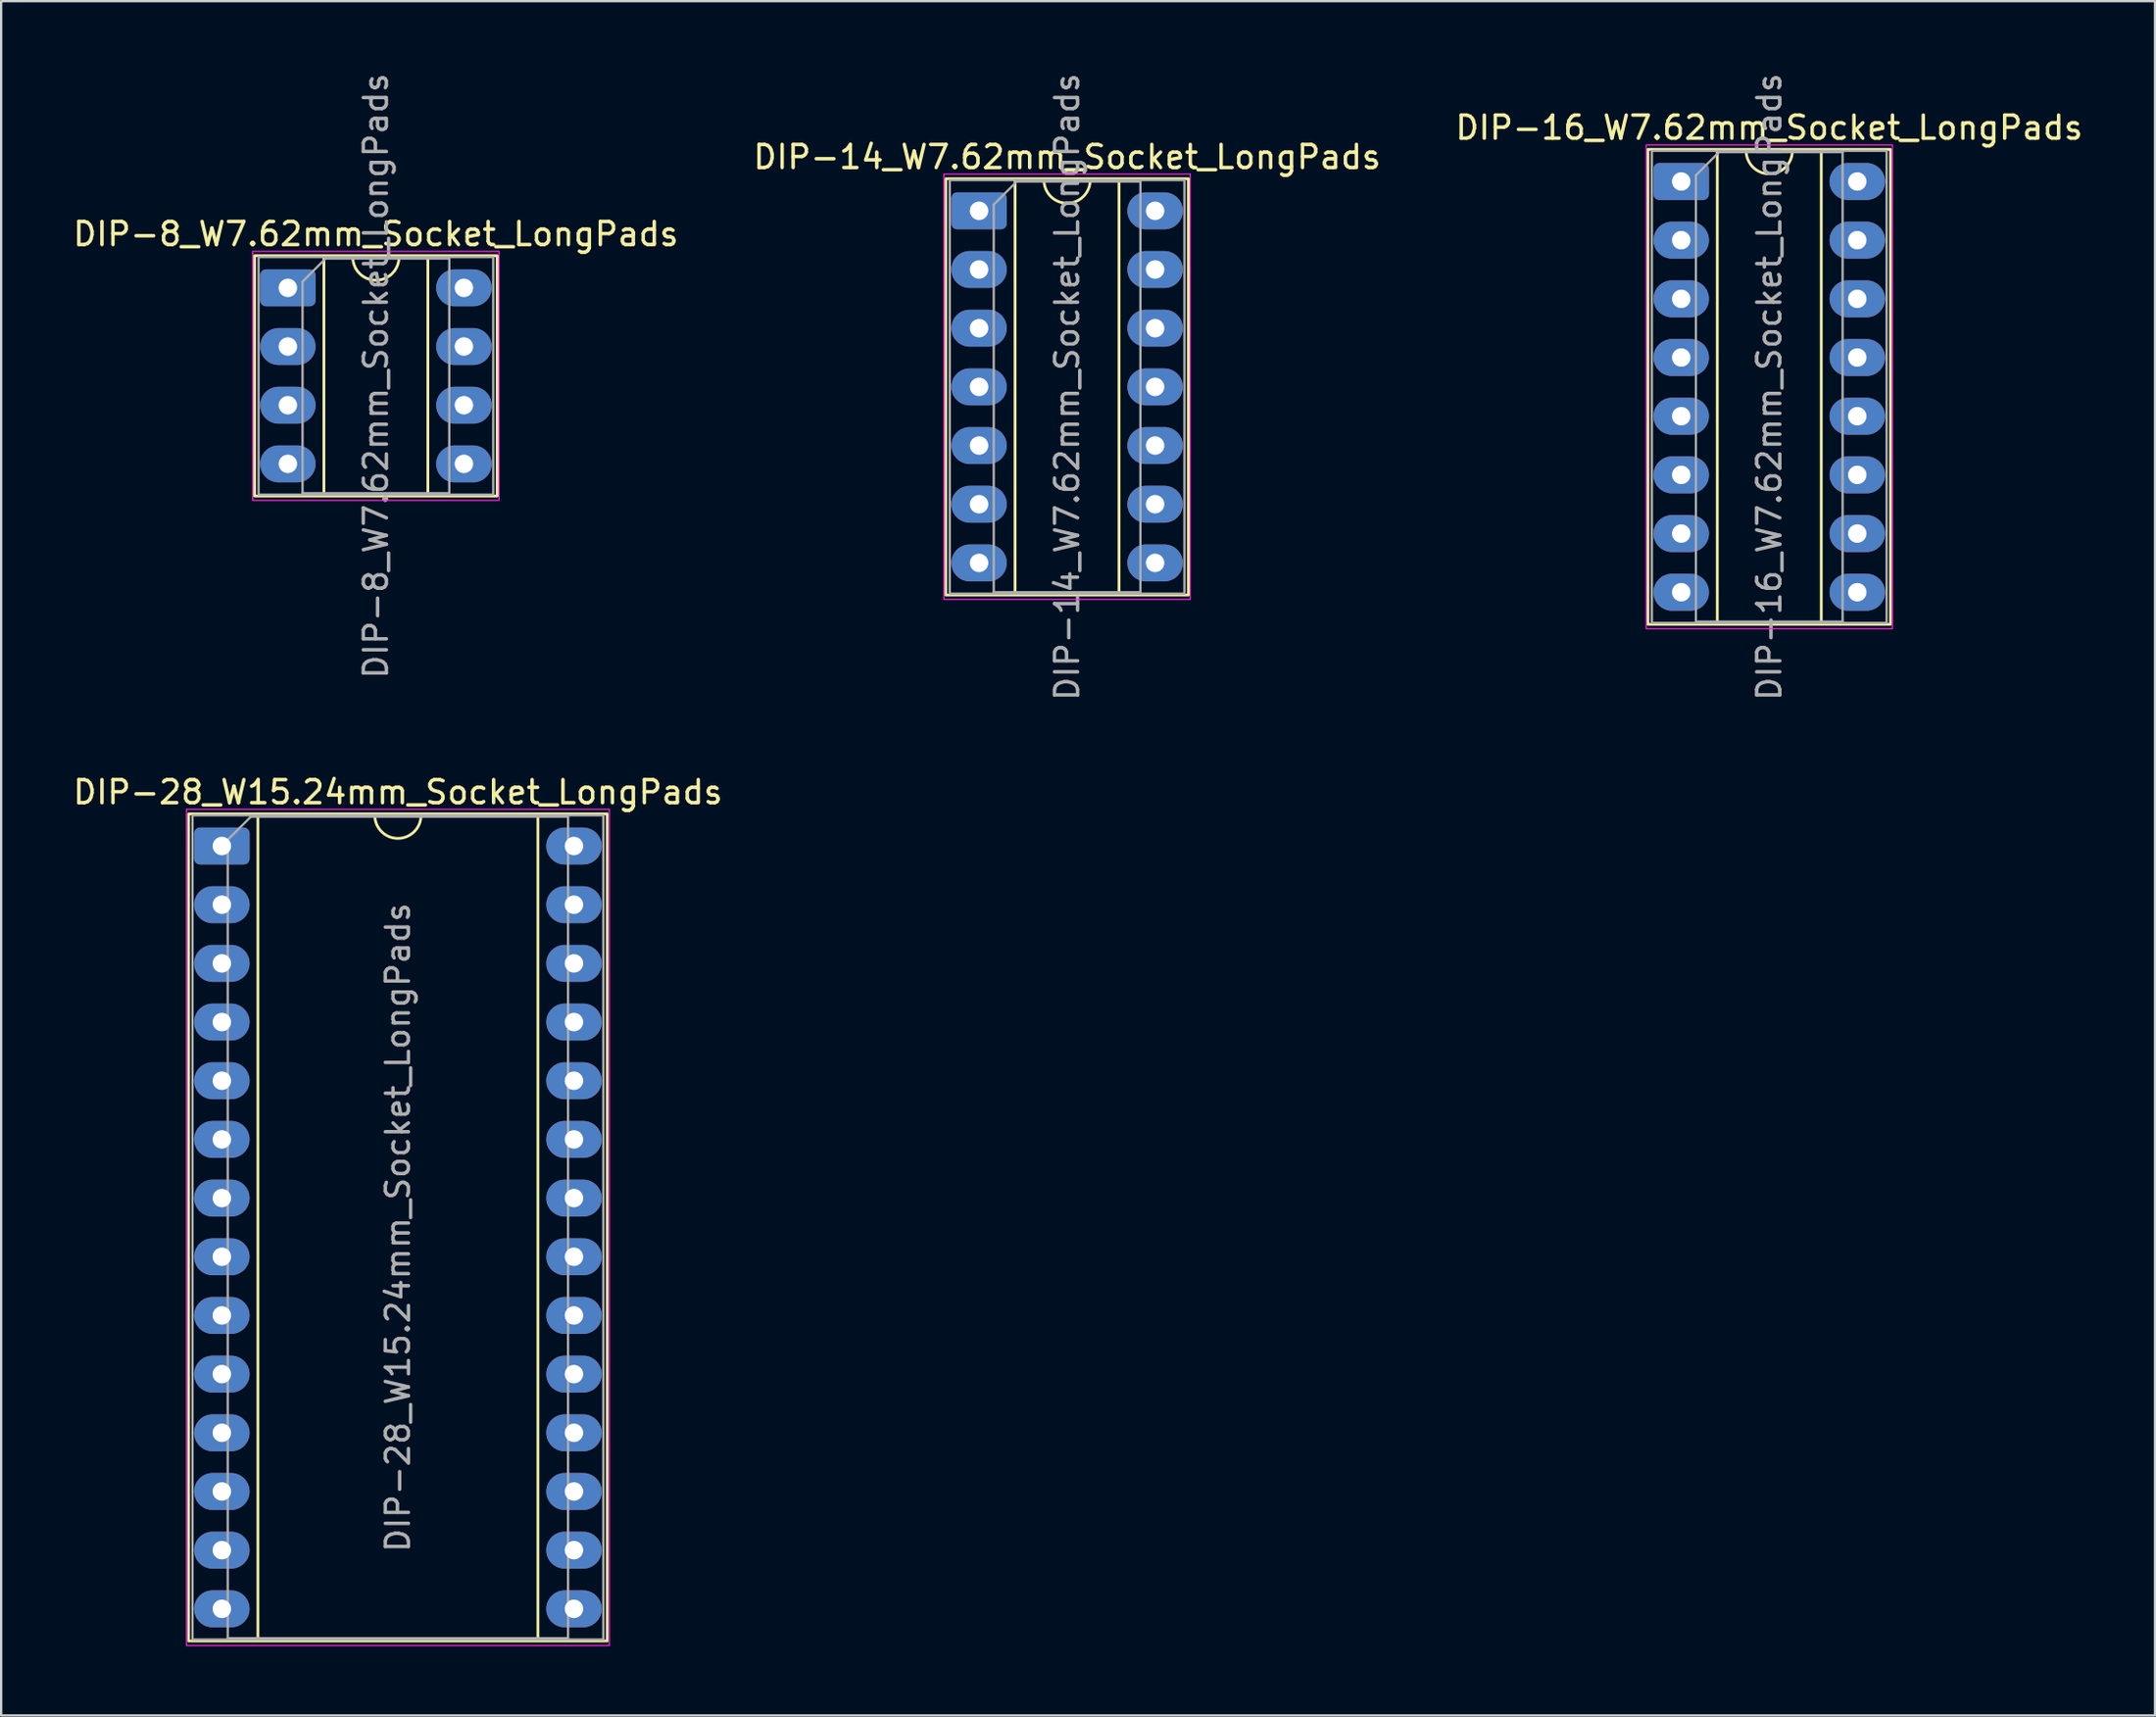
<source format=kicad_pcb>
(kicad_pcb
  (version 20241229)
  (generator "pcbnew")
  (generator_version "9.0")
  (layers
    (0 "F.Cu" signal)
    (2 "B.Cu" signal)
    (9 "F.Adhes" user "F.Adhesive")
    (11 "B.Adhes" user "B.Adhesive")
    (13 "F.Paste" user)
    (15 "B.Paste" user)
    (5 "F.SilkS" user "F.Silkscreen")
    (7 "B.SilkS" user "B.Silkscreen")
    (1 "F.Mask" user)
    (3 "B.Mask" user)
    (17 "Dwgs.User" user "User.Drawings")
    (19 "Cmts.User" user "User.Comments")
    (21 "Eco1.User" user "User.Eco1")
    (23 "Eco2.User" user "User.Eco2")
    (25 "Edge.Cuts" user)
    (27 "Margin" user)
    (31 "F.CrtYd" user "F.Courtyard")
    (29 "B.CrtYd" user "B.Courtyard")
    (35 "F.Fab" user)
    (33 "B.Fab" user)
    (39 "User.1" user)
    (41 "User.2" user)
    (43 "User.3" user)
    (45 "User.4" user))
  (footprint "DIP-14_W7.62mm_Socket_LongPads"
    (layer "F.Cu")
    (at 39.327 6.076)
    (property "Reference" "DIP-14_W7.62mm_Socket_LongPads" (at 3.81 -2.33 0) (layer "F.SilkS") (effects (font (size 1 1) (thickness 0.15))))
    (attr through_hole)
    (fp_line (start 1.56 -1.33) (end 1.56 16.57) (stroke (width 0.12) (type solid)) (layer "F.SilkS"))
    (fp_line (start 1.56 16.57) (end 6.06 16.57) (stroke (width 0.12) (type solid)) (layer "F.SilkS"))
    (fp_line (start 2.81 -1.33) (end 1.56 -1.33) (stroke (width 0.12) (type solid)) (layer "F.SilkS"))
    (fp_line (start 6.06 -1.33) (end 4.81 -1.33) (stroke (width 0.12) (type solid)) (layer "F.SilkS"))
    (fp_line (start 6.06 16.57) (end 6.06 -1.33) (stroke (width 0.12) (type solid)) (layer "F.SilkS"))
    (fp_rect (start -1.44 -1.39) (end 9.06 16.63) (stroke (width 0.12) (type solid)) (fill no) (layer "F.SilkS"))
    (fp_arc (start 4.81 -1.33) (mid 3.81 -0.33) (end 2.81 -1.33) (stroke (width 0.12) (type solid)) (layer "F.SilkS"))
    (fp_rect (start -1.52 -1.59) (end 9.14 16.82) (stroke (width 0.05) (type solid)) (fill no) (layer "F.CrtYd"))
    (fp_line (start 0.635 -0.27) (end 1.635 -1.27) (stroke (width 0.1) (type solid)) (layer "F.Fab"))
    (fp_line (start 0.635 16.51) (end 0.635 -0.27) (stroke (width 0.1) (type solid)) (layer "F.Fab"))
    (fp_line (start 1.635 -1.27) (end 6.985 -1.27) (stroke (width 0.1) (type solid)) (layer "F.Fab"))
    (fp_line (start 6.985 -1.27) (end 6.985 16.51) (stroke (width 0.1) (type solid)) (layer "F.Fab"))
    (fp_line (start 6.985 16.51) (end 0.635 16.51) (stroke (width 0.1) (type solid)) (layer "F.Fab"))
    (fp_rect (start -1.27 -1.33) (end 8.89 16.57) (stroke (width 0.1) (type solid)) (fill no) (layer "F.Fab"))
    (fp_text user "${REFERENCE}" (at 3.81 7.62 90) (layer "F.Fab") (effects (font (size 1 1) (thickness 0.15))))
    (pad "1" thru_hole roundrect (at 0 0) (size 2.4 1.6) (drill 0.8) (layers "*.Cu" "*.Mask") (roundrect_rratio 0.156))
    (pad "2" thru_hole oval (at 0 2.54) (size 2.4 1.6) (drill 0.8) (layers "*.Cu" "*.Mask"))
    (pad "3" thru_hole oval (at 0 5.08) (size 2.4 1.6) (drill 0.8) (layers "*.Cu" "*.Mask"))
    (pad "4" thru_hole oval (at 0 7.62) (size 2.4 1.6) (drill 0.8) (layers "*.Cu" "*.Mask"))
    (pad "5" thru_hole oval (at 0 10.16) (size 2.4 1.6) (drill 0.8) (layers "*.Cu" "*.Mask"))
    (pad "6" thru_hole oval (at 0 12.7) (size 2.4 1.6) (drill 0.8) (layers "*.Cu" "*.Mask"))
    (pad "7" thru_hole oval (at 0 15.24) (size 2.4 1.6) (drill 0.8) (layers "*.Cu" "*.Mask"))
    (pad "8" thru_hole oval (at 7.62 15.24) (size 2.4 1.6) (drill 0.8) (layers "*.Cu" "*.Mask"))
    (pad "9" thru_hole oval (at 7.62 12.7) (size 2.4 1.6) (drill 0.8) (layers "*.Cu" "*.Mask"))
    (pad "10" thru_hole oval (at 7.62 10.16) (size 2.4 1.6) (drill 0.8) (layers "*.Cu" "*.Mask"))
    (pad "11" thru_hole oval (at 7.62 7.62) (size 2.4 1.6) (drill 0.8) (layers "*.Cu" "*.Mask"))
    (pad "12" thru_hole oval (at 7.62 5.08) (size 2.4 1.6) (drill 0.8) (layers "*.Cu" "*.Mask"))
    (pad "13" thru_hole oval (at 7.62 2.54) (size 2.4 1.6) (drill 0.8) (layers "*.Cu" "*.Mask"))
    (pad "14" thru_hole oval (at 7.62 0) (size 2.4 1.6) (drill 0.8) (layers "*.Cu" "*.Mask")))
  (footprint "DIP-16_W7.62mm_Socket_LongPads"
    (layer "F.Cu")
    (at 69.72 4.806)
    (property "Reference" "DIP-16_W7.62mm_Socket_LongPads" (at 3.81 -2.33 180) (layer "F.SilkS") (effects (font (size 1 1) (thickness 0.15))))
    (attr through_hole)
    (fp_line (start 1.56 -1.33) (end 1.56 19.11) (stroke (width 0.12) (type solid)) (layer "F.SilkS"))
    (fp_line (start 1.56 19.11) (end 6.06 19.11) (stroke (width 0.12) (type solid)) (layer "F.SilkS"))
    (fp_line (start 2.81 -1.33) (end 1.56 -1.33) (stroke (width 0.12) (type solid)) (layer "F.SilkS"))
    (fp_line (start 6.06 -1.33) (end 4.81 -1.33) (stroke (width 0.12) (type solid)) (layer "F.SilkS"))
    (fp_line (start 6.06 19.11) (end 6.06 -1.33) (stroke (width 0.12) (type solid)) (layer "F.SilkS"))
    (fp_rect (start -1.44 -1.39) (end 9.06 19.17) (stroke (width 0.12) (type solid)) (fill no) (layer "F.SilkS"))
    (fp_arc (start 4.81 -1.33) (mid 3.81 -0.33) (end 2.81 -1.33) (stroke (width 0.12) (type solid)) (layer "F.SilkS"))
    (fp_rect (start -1.52 -1.58) (end 9.14 19.36) (stroke (width 0.05) (type solid)) (fill no) (layer "F.CrtYd"))
    (fp_line (start 0.635 -0.27) (end 1.635 -1.27) (stroke (width 0.1) (type solid)) (layer "F.Fab"))
    (fp_line (start 0.635 19.05) (end 0.635 -0.27) (stroke (width 0.1) (type solid)) (layer "F.Fab"))
    (fp_line (start 1.635 -1.27) (end 6.985 -1.27) (stroke (width 0.1) (type solid)) (layer "F.Fab"))
    (fp_line (start 6.985 -1.27) (end 6.985 19.05) (stroke (width 0.1) (type solid)) (layer "F.Fab"))
    (fp_line (start 6.985 19.05) (end 0.635 19.05) (stroke (width 0.1) (type solid)) (layer "F.Fab"))
    (fp_rect (start -1.27 -1.33) (end 8.89 19.11) (stroke (width 0.1) (type solid)) (fill no) (layer "F.Fab"))
    (fp_text user "${REFERENCE}" (at 3.81 8.89 90) (layer "F.Fab") (effects (font (size 1 1) (thickness 0.15))))
    (pad "1" thru_hole roundrect (at 0 0) (size 2.4 1.6) (drill 0.8) (layers "*.Cu" "*.Mask") (roundrect_rratio 0.156))
    (pad "2" thru_hole oval (at 0 2.54) (size 2.4 1.6) (drill 0.8) (layers "*.Cu" "*.Mask"))
    (pad "3" thru_hole oval (at 0 5.08) (size 2.4 1.6) (drill 0.8) (layers "*.Cu" "*.Mask"))
    (pad "4" thru_hole oval (at 0 7.62) (size 2.4 1.6) (drill 0.8) (layers "*.Cu" "*.Mask"))
    (pad "5" thru_hole oval (at 0 10.16) (size 2.4 1.6) (drill 0.8) (layers "*.Cu" "*.Mask"))
    (pad "6" thru_hole oval (at 0 12.7) (size 2.4 1.6) (drill 0.8) (layers "*.Cu" "*.Mask"))
    (pad "7" thru_hole oval (at 0 15.24) (size 2.4 1.6) (drill 0.8) (layers "*.Cu" "*.Mask"))
    (pad "8" thru_hole oval (at 0 17.78) (size 2.4 1.6) (drill 0.8) (layers "*.Cu" "*.Mask"))
    (pad "9" thru_hole oval (at 7.62 17.78) (size 2.4 1.6) (drill 0.8) (layers "*.Cu" "*.Mask"))
    (pad "10" thru_hole oval (at 7.62 15.24) (size 2.4 1.6) (drill 0.8) (layers "*.Cu" "*.Mask"))
    (pad "11" thru_hole oval (at 7.62 12.7) (size 2.4 1.6) (drill 0.8) (layers "*.Cu" "*.Mask"))
    (pad "12" thru_hole oval (at 7.62 10.16) (size 2.4 1.6) (drill 0.8) (layers "*.Cu" "*.Mask"))
    (pad "13" thru_hole oval (at 7.62 7.62) (size 2.4 1.6) (drill 0.8) (layers "*.Cu" "*.Mask"))
    (pad "14" thru_hole oval (at 7.62 5.08) (size 2.4 1.6) (drill 0.8) (layers "*.Cu" "*.Mask"))
    (pad "15" thru_hole oval (at 7.62 2.54) (size 2.4 1.6) (drill 0.8) (layers "*.Cu" "*.Mask"))
    (pad "16" thru_hole oval (at 7.62 0) (size 2.4 1.6) (drill 0.8) (layers "*.Cu" "*.Mask")))
  (footprint "DIP-28_W15.24mm_Socket_LongPads"
    (layer "F.Cu")
    (at 6.553 33.571)
    (property "Reference" "DIP-28_W15.24mm_Socket_LongPads" (at 7.62 -2.33 0) (layer "F.SilkS") (effects (font (size 1 1) (thickness 0.15))))
    (attr through_hole)
    (fp_line (start 1.56 -1.33) (end 1.56 34.35) (stroke (width 0.12) (type solid)) (layer "F.SilkS"))
    (fp_line (start 1.56 34.35) (end 13.68 34.35) (stroke (width 0.12) (type solid)) (layer "F.SilkS"))
    (fp_line (start 6.62 -1.33) (end 1.56 -1.33) (stroke (width 0.12) (type solid)) (layer "F.SilkS"))
    (fp_line (start 13.68 -1.33) (end 8.62 -1.33) (stroke (width 0.12) (type solid)) (layer "F.SilkS"))
    (fp_line (start 13.68 34.35) (end 13.68 -1.33) (stroke (width 0.12) (type solid)) (layer "F.SilkS"))
    (fp_rect (start -1.44 -1.39) (end 16.68 34.41) (stroke (width 0.12) (type solid)) (fill no) (layer "F.SilkS"))
    (fp_arc (start 8.62 -1.33) (mid 7.62 -0.33) (end 6.62 -1.33) (stroke (width 0.12) (type solid)) (layer "F.SilkS"))
    (fp_rect (start -1.53 -1.59) (end 16.77 34.61) (stroke (width 0.05) (type solid)) (fill no) (layer "F.CrtYd"))
    (fp_line (start 0.255 -0.27) (end 1.255 -1.27) (stroke (width 0.1) (type solid)) (layer "F.Fab"))
    (fp_line (start 0.255 34.29) (end 0.255 -0.27) (stroke (width 0.1) (type solid)) (layer "F.Fab"))
    (fp_line (start 1.255 -1.27) (end 14.985 -1.27) (stroke (width 0.1) (type solid)) (layer "F.Fab"))
    (fp_line (start 14.985 -1.27) (end 14.985 34.29) (stroke (width 0.1) (type solid)) (layer "F.Fab"))
    (fp_line (start 14.985 34.29) (end 0.255 34.29) (stroke (width 0.1) (type solid)) (layer "F.Fab"))
    (fp_rect (start -1.27 -1.33) (end 16.51 34.35) (stroke (width 0.1) (type solid)) (fill no) (layer "F.Fab"))
    (fp_text user "${REFERENCE}" (at 7.62 16.51 90) (layer "F.Fab") (effects (font (size 1 1) (thickness 0.15))))
    (pad "1" thru_hole roundrect (at 0 0) (size 2.4 1.6) (drill 0.8) (layers "*.Cu" "*.Mask") (roundrect_rratio 0.156))
    (pad "2" thru_hole oval (at 0 2.54) (size 2.4 1.6) (drill 0.8) (layers "*.Cu" "*.Mask"))
    (pad "3" thru_hole oval (at 0 5.08) (size 2.4 1.6) (drill 0.8) (layers "*.Cu" "*.Mask"))
    (pad "4" thru_hole oval (at 0 7.62) (size 2.4 1.6) (drill 0.8) (layers "*.Cu" "*.Mask"))
    (pad "5" thru_hole oval (at 0 10.16) (size 2.4 1.6) (drill 0.8) (layers "*.Cu" "*.Mask"))
    (pad "6" thru_hole oval (at 0 12.7) (size 2.4 1.6) (drill 0.8) (layers "*.Cu" "*.Mask"))
    (pad "7" thru_hole oval (at 0 15.24) (size 2.4 1.6) (drill 0.8) (layers "*.Cu" "*.Mask"))
    (pad "8" thru_hole oval (at 0 17.78) (size 2.4 1.6) (drill 0.8) (layers "*.Cu" "*.Mask"))
    (pad "9" thru_hole oval (at 0 20.32) (size 2.4 1.6) (drill 0.8) (layers "*.Cu" "*.Mask"))
    (pad "10" thru_hole oval (at 0 22.86) (size 2.4 1.6) (drill 0.8) (layers "*.Cu" "*.Mask"))
    (pad "11" thru_hole oval (at 0 25.4) (size 2.4 1.6) (drill 0.8) (layers "*.Cu" "*.Mask"))
    (pad "12" thru_hole oval (at 0 27.94) (size 2.4 1.6) (drill 0.8) (layers "*.Cu" "*.Mask"))
    (pad "13" thru_hole oval (at 0 30.48) (size 2.4 1.6) (drill 0.8) (layers "*.Cu" "*.Mask"))
    (pad "14" thru_hole oval (at 0 33.02) (size 2.4 1.6) (drill 0.8) (layers "*.Cu" "*.Mask"))
    (pad "15" thru_hole oval (at 15.24 33.02) (size 2.4 1.6) (drill 0.8) (layers "*.Cu" "*.Mask"))
    (pad "16" thru_hole oval (at 15.24 30.48) (size 2.4 1.6) (drill 0.8) (layers "*.Cu" "*.Mask"))
    (pad "17" thru_hole oval (at 15.24 27.94) (size 2.4 1.6) (drill 0.8) (layers "*.Cu" "*.Mask"))
    (pad "18" thru_hole oval (at 15.24 25.4) (size 2.4 1.6) (drill 0.8) (layers "*.Cu" "*.Mask"))
    (pad "19" thru_hole oval (at 15.24 22.86) (size 2.4 1.6) (drill 0.8) (layers "*.Cu" "*.Mask"))
    (pad "20" thru_hole oval (at 15.24 20.32) (size 2.4 1.6) (drill 0.8) (layers "*.Cu" "*.Mask"))
    (pad "21" thru_hole oval (at 15.24 17.78) (size 2.4 1.6) (drill 0.8) (layers "*.Cu" "*.Mask"))
    (pad "22" thru_hole oval (at 15.24 15.24) (size 2.4 1.6) (drill 0.8) (layers "*.Cu" "*.Mask"))
    (pad "23" thru_hole oval (at 15.24 12.7) (size 2.4 1.6) (drill 0.8) (layers "*.Cu" "*.Mask"))
    (pad "24" thru_hole oval (at 15.24 10.16) (size 2.4 1.6) (drill 0.8) (layers "*.Cu" "*.Mask"))
    (pad "25" thru_hole oval (at 15.24 7.62) (size 2.4 1.6) (drill 0.8) (layers "*.Cu" "*.Mask"))
    (pad "26" thru_hole oval (at 15.24 5.08) (size 2.4 1.6) (drill 0.8) (layers "*.Cu" "*.Mask"))
    (pad "27" thru_hole oval (at 15.24 2.54) (size 2.4 1.6) (drill 0.8) (layers "*.Cu" "*.Mask"))
    (pad "28" thru_hole oval (at 15.24 0) (size 2.4 1.6) (drill 0.8) (layers "*.Cu" "*.Mask")))
  (footprint "DIP-8_W7.62mm_Socket_LongPads"
    (layer "F.Cu")
    (at 9.41 9.41)
    (property "Reference" "DIP-8_W7.62mm_Socket_LongPads" (at 3.81 -2.33 0) (layer "F.SilkS") (effects (font (size 1 1) (thickness 0.15))))
    (attr through_hole)
    (fp_line (start 1.56 -1.33) (end 1.56 8.95) (stroke (width 0.12) (type solid)) (layer "F.SilkS"))
    (fp_line (start 1.56 8.95) (end 6.06 8.95) (stroke (width 0.12) (type solid)) (layer "F.SilkS"))
    (fp_line (start 2.81 -1.33) (end 1.56 -1.33) (stroke (width 0.12) (type solid)) (layer "F.SilkS"))
    (fp_line (start 6.06 -1.33) (end 4.81 -1.33) (stroke (width 0.12) (type solid)) (layer "F.SilkS"))
    (fp_line (start 6.06 8.95) (end 6.06 -1.33) (stroke (width 0.12) (type solid)) (layer "F.SilkS"))
    (fp_rect (start -1.44 -1.39) (end 9.06 9.01) (stroke (width 0.12) (type solid)) (fill no) (layer "F.SilkS"))
    (fp_arc (start 4.81 -1.33) (mid 3.81 -0.33) (end 2.81 -1.33) (stroke (width 0.12) (type solid)) (layer "F.SilkS"))
    (fp_rect (start -1.52 -1.58) (end 9.14 9.2) (stroke (width 0.05) (type solid)) (fill no) (layer "F.CrtYd"))
    (fp_line (start 0.635 -0.27) (end 1.635 -1.27) (stroke (width 0.1) (type solid)) (layer "F.Fab"))
    (fp_line (start 0.635 8.89) (end 0.635 -0.27) (stroke (width 0.1) (type solid)) (layer "F.Fab"))
    (fp_line (start 1.635 -1.27) (end 6.985 -1.27) (stroke (width 0.1) (type solid)) (layer "F.Fab"))
    (fp_line (start 6.985 -1.27) (end 6.985 8.89) (stroke (width 0.1) (type solid)) (layer "F.Fab"))
    (fp_line (start 6.985 8.89) (end 0.635 8.89) (stroke (width 0.1) (type solid)) (layer "F.Fab"))
    (fp_rect (start -1.27 -1.33) (end 8.89 8.95) (stroke (width 0.1) (type solid)) (fill no) (layer "F.Fab"))
    (fp_text user "${REFERENCE}" (at 3.81 3.81 90) (layer "F.Fab") (effects (font (size 1 1) (thickness 0.15))))
    (pad "1" thru_hole roundrect (at 0 0) (size 2.4 1.6) (drill 0.8) (layers "*.Cu" "*.Mask") (roundrect_rratio 0.156))
    (pad "2" thru_hole oval (at 0 2.54) (size 2.4 1.6) (drill 0.8) (layers "*.Cu" "*.Mask"))
    (pad "3" thru_hole oval (at 0 5.08) (size 2.4 1.6) (drill 0.8) (layers "*.Cu" "*.Mask"))
    (pad "4" thru_hole oval (at 0 7.62) (size 2.4 1.6) (drill 0.8) (layers "*.Cu" "*.Mask"))
    (pad "5" thru_hole oval (at 7.62 7.62) (size 2.4 1.6) (drill 0.8) (layers "*.Cu" "*.Mask"))
    (pad "6" thru_hole oval (at 7.62 5.08) (size 2.4 1.6) (drill 0.8) (layers "*.Cu" "*.Mask"))
    (pad "7" thru_hole oval (at 7.62 2.54) (size 2.4 1.6) (drill 0.8) (layers "*.Cu" "*.Mask"))
    (pad "8" thru_hole oval (at 7.62 0) (size 2.4 1.6) (drill 0.8) (layers "*.Cu" "*.Mask")))
  (gr_rect
    (start -3 -3)
    (end 90.226 71.206)
    (stroke (width 0.1) (type default))
    (fill no)
    (layer "Edge.Cuts")))
</source>
